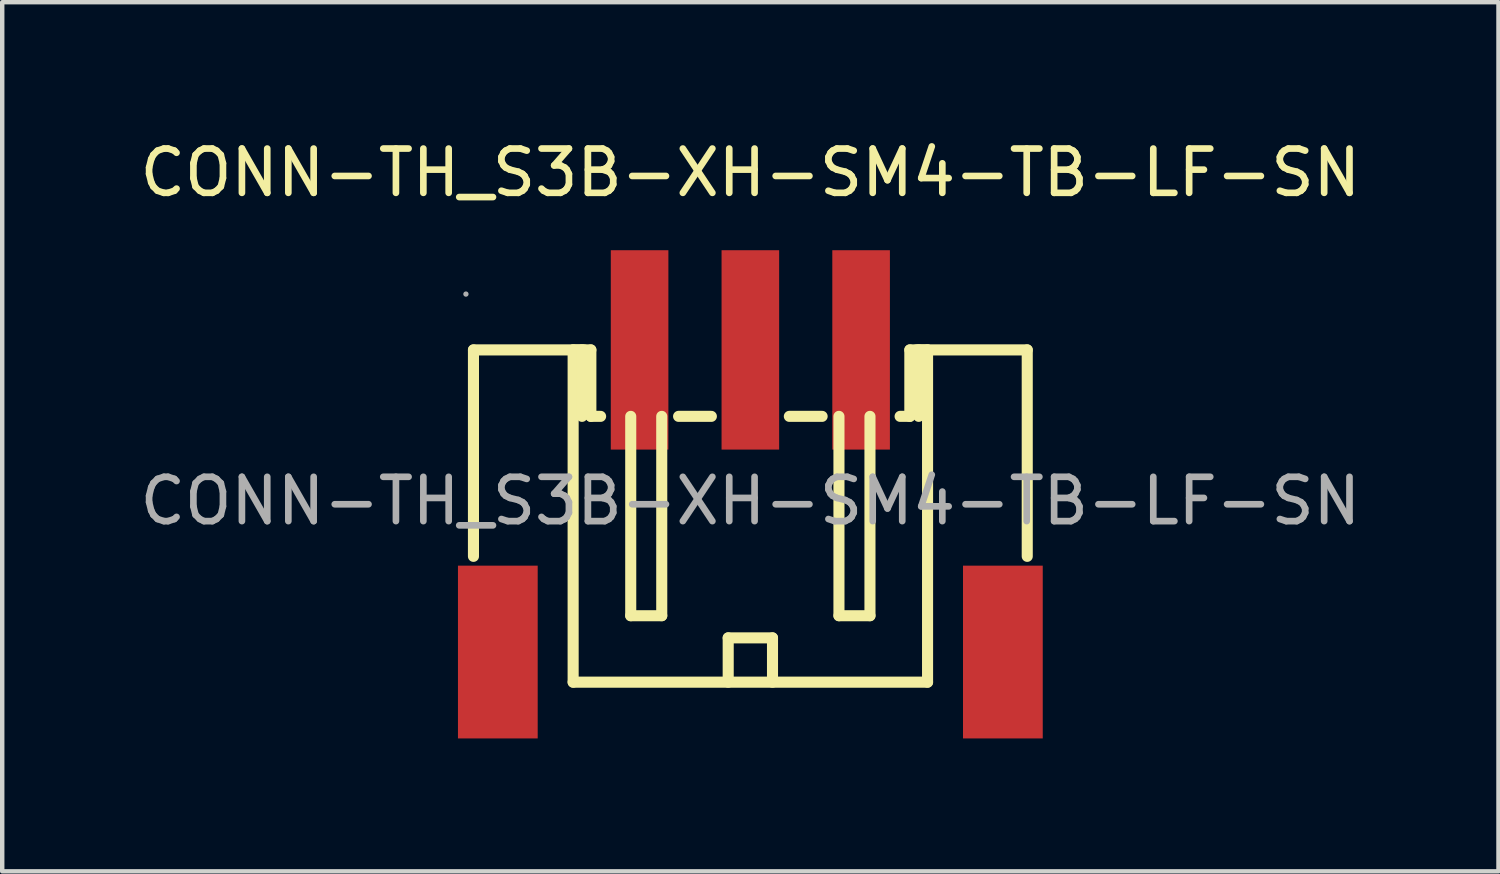
<source format=kicad_pcb>
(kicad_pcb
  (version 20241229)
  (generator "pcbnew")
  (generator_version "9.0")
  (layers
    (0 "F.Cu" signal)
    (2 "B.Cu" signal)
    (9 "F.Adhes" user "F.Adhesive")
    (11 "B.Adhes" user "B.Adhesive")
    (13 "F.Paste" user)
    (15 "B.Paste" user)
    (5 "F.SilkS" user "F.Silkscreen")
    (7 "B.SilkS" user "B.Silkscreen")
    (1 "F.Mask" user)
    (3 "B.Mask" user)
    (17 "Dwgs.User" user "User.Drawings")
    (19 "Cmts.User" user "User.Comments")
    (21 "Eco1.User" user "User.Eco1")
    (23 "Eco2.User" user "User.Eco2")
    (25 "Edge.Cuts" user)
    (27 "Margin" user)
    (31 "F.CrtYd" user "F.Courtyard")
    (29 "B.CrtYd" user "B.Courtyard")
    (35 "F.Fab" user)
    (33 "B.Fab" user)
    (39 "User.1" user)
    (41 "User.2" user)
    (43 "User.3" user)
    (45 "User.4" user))
  (footprint "CONN-TH_S3B-XH-SM4-TB-LF-SN"
    (layer "F.Cu")
    (at 13.887 8.258)
    (property "Reference" "CONN-TH_S3B-XH-SM4-TB-LF-SN" (at 0 -7.41 0) (layer "F.SilkS") (effects (font (size 1 1) (thickness 0.15))))
    (attr through_hole)
    (fp_line (start -6.25 -3.41) (end -3.75 -3.41) (stroke (width 0.25) (type solid)) (layer "F.SilkS"))
    (fp_line (start -6.25 1.25) (end -6.25 -3.41) (stroke (width 0.25) (type solid)) (layer "F.SilkS"))
    (fp_line (start -4 -3.41) (end -3.6 -3.41) (stroke (width 0.25) (type solid)) (layer "F.SilkS"))
    (fp_line (start -4 4.09) (end -4 -3.41) (stroke (width 0.25) (type solid)) (layer "F.SilkS"))
    (fp_line (start -3.8 -3.41) (end -3.8 -1.91) (stroke (width 0.25) (type solid)) (layer "F.SilkS"))
    (fp_line (start -3.6 -3.41) (end -3.6 -1.91) (stroke (width 0.25) (type solid)) (layer "F.SilkS"))
    (fp_line (start -3.6 -1.91) (end -3.38 -1.91) (stroke (width 0.25) (type solid)) (layer "F.SilkS"))
    (fp_line (start -2.7 2.59) (end -2.7 -1.91) (stroke (width 0.25) (type solid)) (layer "F.SilkS"))
    (fp_line (start -2 -1.91) (end -2 2.59) (stroke (width 0.25) (type solid)) (layer "F.SilkS"))
    (fp_line (start -2 2.59) (end -2.7 2.59) (stroke (width 0.25) (type solid)) (layer "F.SilkS"))
    (fp_line (start -1.62 -1.91) (end -0.88 -1.91) (stroke (width 0.25) (type solid)) (layer "F.SilkS"))
    (fp_line (start -0.5 3.09) (end 0.5 3.09) (stroke (width 0.25) (type solid)) (layer "F.SilkS"))
    (fp_line (start -0.5 4.09) (end -0.5 3.09) (stroke (width 0.25) (type solid)) (layer "F.SilkS"))
    (fp_line (start 0.5 3.09) (end 0.5 4.09) (stroke (width 0.25) (type solid)) (layer "F.SilkS"))
    (fp_line (start 0.88 -1.91) (end 1.62 -1.91) (stroke (width 0.25) (type solid)) (layer "F.SilkS"))
    (fp_line (start 2 -1.91) (end 2 2.59) (stroke (width 0.25) (type solid)) (layer "F.SilkS"))
    (fp_line (start 2 2.59) (end 2.7 2.59) (stroke (width 0.25) (type solid)) (layer "F.SilkS"))
    (fp_line (start 2.7 2.59) (end 2.7 -1.91) (stroke (width 0.25) (type solid)) (layer "F.SilkS"))
    (fp_line (start 3.38 -1.91) (end 3.6 -1.91) (stroke (width 0.25) (type solid)) (layer "F.SilkS"))
    (fp_line (start 3.6 -3.41) (end 4 -3.41) (stroke (width 0.25) (type solid)) (layer "F.SilkS"))
    (fp_line (start 3.6 -1.91) (end 3.6 -3.41) (stroke (width 0.25) (type solid)) (layer "F.SilkS"))
    (fp_line (start 3.8 -1.91) (end 3.8 -3.41) (stroke (width 0.25) (type solid)) (layer "F.SilkS"))
    (fp_line (start 4 -3.41) (end 4 4.09) (stroke (width 0.25) (type solid)) (layer "F.SilkS"))
    (fp_line (start 4 4.09) (end -4 4.09) (stroke (width 0.25) (type solid)) (layer "F.SilkS"))
    (fp_line (start 6.25 -3.41) (end 3.75 -3.41) (stroke (width 0.25) (type solid)) (layer "F.SilkS"))
    (fp_line (start 6.25 1.25) (end 6.25 -3.41) (stroke (width 0.25) (type solid)) (layer "F.SilkS"))
    (fp_circle (center -6.42 -4.67) (end -6.39 -4.67) (stroke (width 0.06) (type solid)) (fill no) (layer "F.Fab"))
    (fp_text user "${REFERENCE}" (at 0 0 0) (layer "F.Fab") (effects (font (size 1 1) (thickness 0.15))))
    (pad "1" smd rect (at -2.5 -3.41) (size 1.3 4.5) (layers "F.Cu" "F.Mask" "F.Paste"))
    (pad "2" smd rect (at 0 -3.41) (size 1.3 4.5) (layers "F.Cu" "F.Mask" "F.Paste"))
    (pad "3" smd rect (at 2.5 -3.41) (size 1.3 4.5) (layers "F.Cu" "F.Mask" "F.Paste"))
    (pad "4" smd rect (at -5.7 3.41) (size 1.8 3.9) (layers "F.Cu" "F.Mask" "F.Paste"))
    (pad "5" smd rect (at 5.7 3.41) (size 1.8 3.9) (layers "F.Cu" "F.Mask" "F.Paste")))
  (gr_rect
    (start -3 -3)
    (end 30.774 16.618)
    (stroke (width 0.1) (type default))
    (fill no)
    (layer "Edge.Cuts")))
</source>
